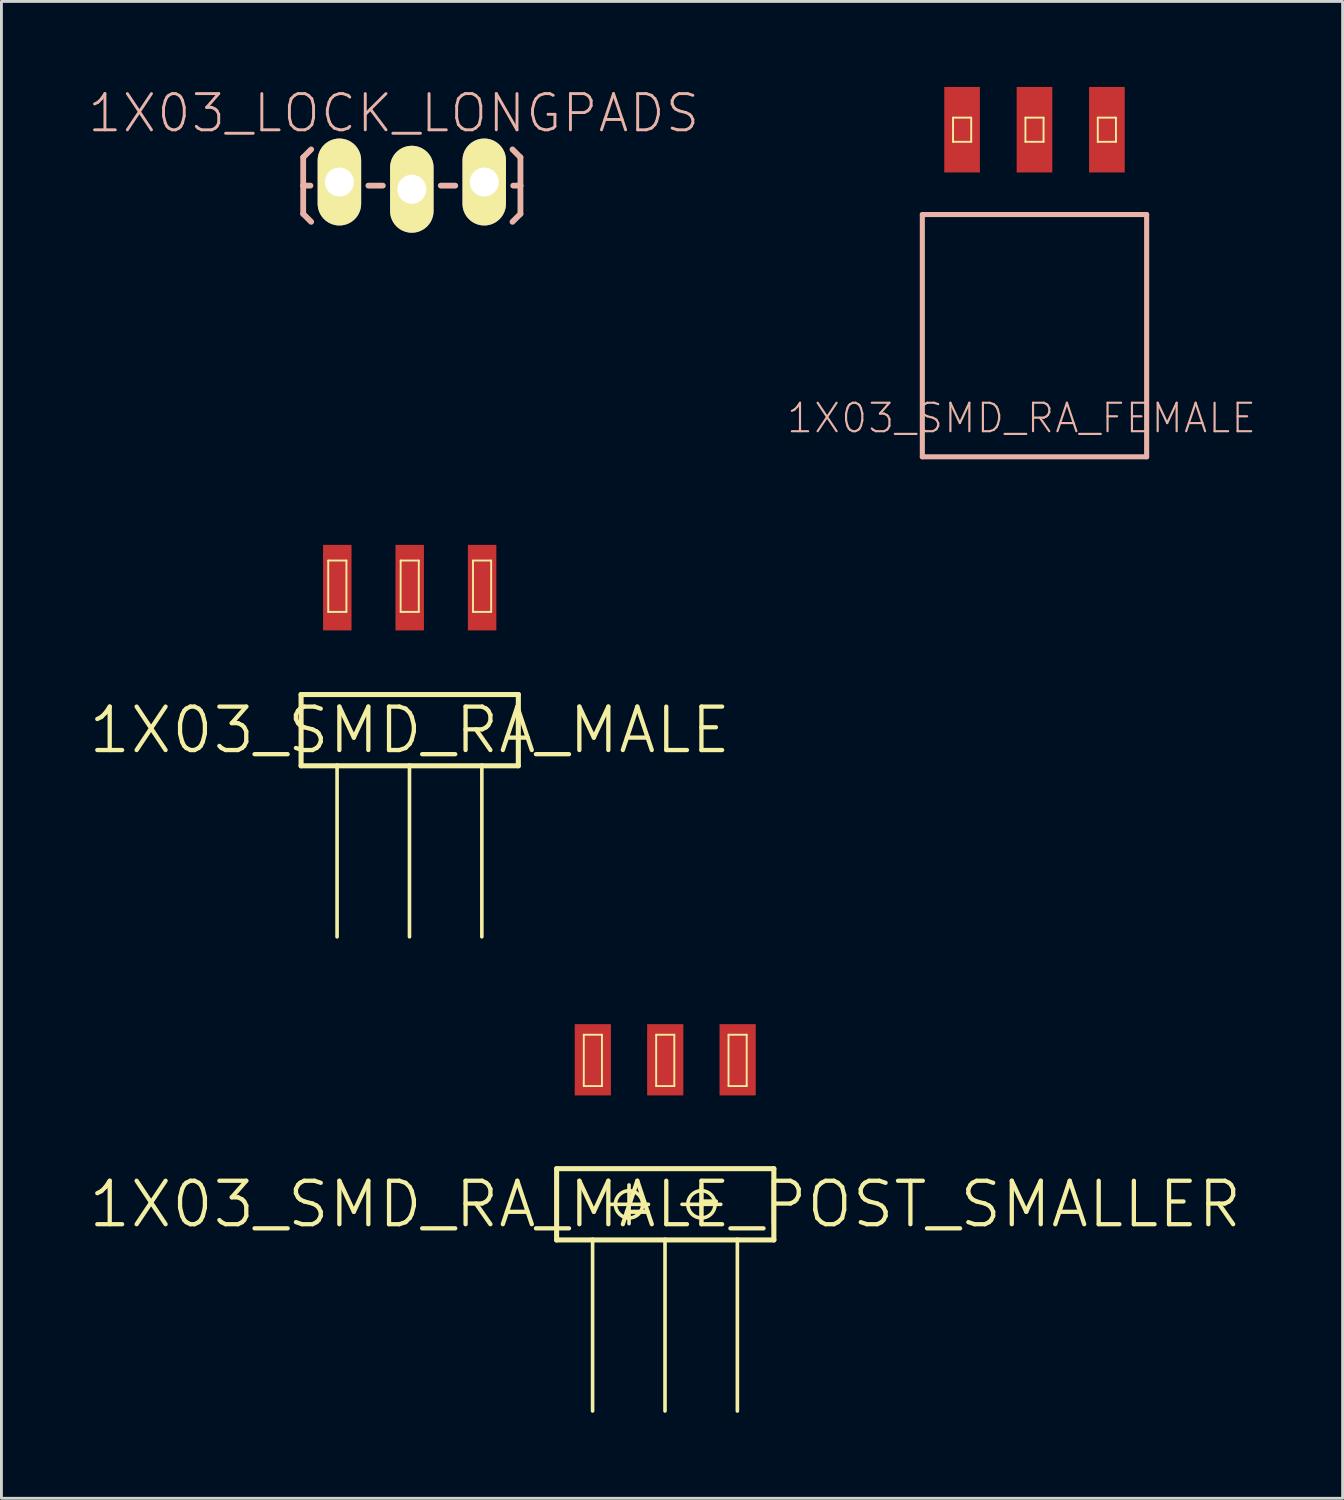
<source format=kicad_pcb>
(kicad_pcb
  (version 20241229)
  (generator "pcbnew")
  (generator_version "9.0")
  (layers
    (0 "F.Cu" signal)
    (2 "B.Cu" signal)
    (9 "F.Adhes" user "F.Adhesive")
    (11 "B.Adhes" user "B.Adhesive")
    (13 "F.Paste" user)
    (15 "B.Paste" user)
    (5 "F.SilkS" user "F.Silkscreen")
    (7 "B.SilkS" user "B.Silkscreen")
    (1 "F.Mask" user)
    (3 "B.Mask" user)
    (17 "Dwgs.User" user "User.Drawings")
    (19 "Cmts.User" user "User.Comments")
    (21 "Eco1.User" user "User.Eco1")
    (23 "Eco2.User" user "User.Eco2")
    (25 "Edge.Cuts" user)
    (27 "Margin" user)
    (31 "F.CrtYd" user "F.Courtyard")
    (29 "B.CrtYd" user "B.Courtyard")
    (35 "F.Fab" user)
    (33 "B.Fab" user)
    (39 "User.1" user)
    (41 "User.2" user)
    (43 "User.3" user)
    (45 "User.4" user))
  (footprint "1X03_SMD_RA_MALE_POST_SMALLER"
    (layer "F.Cu")
    (at 20.284 39.193)
    (property "Reference" "1X03_SMD_RA_MALE_POST_SMALLER" (at 0 0 0) (layer "F.SilkS") (effects (font (size 1.524 1.524) (thickness 0.15))))
    (attr smd)
    (fp_line (start -3.81 -1.25) (end -3.81 1.25) (stroke (width 0.178) (type solid)) (layer "F.SilkS"))
    (fp_line (start -2.857 -5.949) (end -2.22 -5.949) (stroke (width 0.066) (type solid)) (layer "F.SilkS"))
    (fp_line (start -2.857 -4.148) (end -2.857 -5.949) (stroke (width 0.066) (type solid)) (layer "F.SilkS"))
    (fp_line (start -2.857 -4.148) (end -2.22 -4.148) (stroke (width 0.066) (type solid)) (layer "F.SilkS"))
    (fp_line (start -2.548 1.25) (end -3.81 1.25) (stroke (width 0.178) (type solid)) (layer "F.SilkS"))
    (fp_line (start -2.548 1.25) (end -2.548 7.249) (stroke (width 0.127) (type solid)) (layer "F.SilkS"))
    (fp_line (start -2.22 -4.148) (end -2.22 -5.949) (stroke (width 0.066) (type solid)) (layer "F.SilkS"))
    (fp_line (start -1.948 0) (end -0.589 0) (stroke (width 0.127) (type solid)) (layer "F.SilkS"))
    (fp_line (start -1.27 0.678) (end -1.27 -0.678) (stroke (width 0.127) (type solid)) (layer "F.SilkS"))
    (fp_line (start -0.318 -5.949) (end 0.318 -5.949) (stroke (width 0.066) (type solid)) (layer "F.SilkS"))
    (fp_line (start -0.318 -4.148) (end -0.318 -5.949) (stroke (width 0.066) (type solid)) (layer "F.SilkS"))
    (fp_line (start -0.318 -4.148) (end 0.318 -4.148) (stroke (width 0.066) (type solid)) (layer "F.SilkS"))
    (fp_line (start -0.008 1.25) (end -2.548 1.25) (stroke (width 0.178) (type solid)) (layer "F.SilkS"))
    (fp_line (start -0.008 1.25) (end -0.008 7.249) (stroke (width 0.127) (type solid)) (layer "F.SilkS"))
    (fp_line (start 0.318 -4.148) (end 0.318 -5.949) (stroke (width 0.066) (type solid)) (layer "F.SilkS"))
    (fp_line (start 0.589 0) (end 1.948 0) (stroke (width 0.127) (type solid)) (layer "F.SilkS"))
    (fp_line (start 1.27 0.678) (end 1.27 -0.678) (stroke (width 0.127) (type solid)) (layer "F.SilkS"))
    (fp_line (start 2.22 -5.949) (end 2.857 -5.949) (stroke (width 0.066) (type solid)) (layer "F.SilkS"))
    (fp_line (start 2.22 -4.148) (end 2.22 -5.949) (stroke (width 0.066) (type solid)) (layer "F.SilkS"))
    (fp_line (start 2.22 -4.148) (end 2.857 -4.148) (stroke (width 0.066) (type solid)) (layer "F.SilkS"))
    (fp_line (start 2.53 1.25) (end -0.008 1.25) (stroke (width 0.178) (type solid)) (layer "F.SilkS"))
    (fp_line (start 2.53 1.25) (end 2.53 7.249) (stroke (width 0.127) (type solid)) (layer "F.SilkS"))
    (fp_line (start 2.857 -4.148) (end 2.857 -5.949) (stroke (width 0.066) (type solid)) (layer "F.SilkS"))
    (fp_line (start 3.81 -1.25) (end -3.81 -1.25) (stroke (width 0.178) (type solid)) (layer "F.SilkS"))
    (fp_line (start 3.81 1.25) (end 2.53 1.25) (stroke (width 0.178) (type solid)) (layer "F.SilkS"))
    (fp_line (start 3.81 1.25) (end 3.81 -1.25) (stroke (width 0.178) (type solid)) (layer "F.SilkS"))
    (fp_circle (center -1.27 0) (end -1.608 0.338) (stroke (width 0.127) (type solid)) (fill no) (layer "F.SilkS"))
    (fp_circle (center 1.27 0) (end 1.608 0.338) (stroke (width 0.127) (type solid)) (fill no) (layer "F.SilkS"))
    (pad "1" smd rect (at -2.54 -5.07 90) (size 2.499 1.27) (layers "F.Cu" "F.Mask" "F.Paste"))
    (pad "2" smd rect (at 0 -5.07 90) (size 2.499 1.27) (layers "F.Cu" "F.Mask" "F.Paste"))
    (pad "3" smd rect (at 2.54 -5.07 90) (size 2.499 1.27) (layers "F.Cu" "F.Mask" "F.Paste")))
  (footprint "1X03_SMD_RA_FEMALE"
    (layer "F.Cu")
    (at 33.236 8.724)
    (property "Reference" "1X03_SMD_RA_FEMALE" (at -0.455 2.893 0) (layer "B.SilkS") (effects (font (size 0.998 0.998) (thickness 0.076))))
    (attr smd)
    (fp_line (start -2.857 -7.648) (end -2.22 -7.648) (stroke (width 0.066) (type solid)) (layer "F.SilkS"))
    (fp_line (start -2.857 -6.8) (end -2.857 -7.648) (stroke (width 0.066) (type solid)) (layer "F.SilkS"))
    (fp_line (start -2.857 -6.8) (end -2.22 -6.8) (stroke (width 0.066) (type solid)) (layer "F.SilkS"))
    (fp_line (start -2.22 -6.8) (end -2.22 -7.648) (stroke (width 0.066) (type solid)) (layer "F.SilkS"))
    (fp_line (start -0.318 -7.648) (end 0.318 -7.648) (stroke (width 0.066) (type solid)) (layer "F.SilkS"))
    (fp_line (start -0.318 -6.8) (end -0.318 -7.648) (stroke (width 0.066) (type solid)) (layer "F.SilkS"))
    (fp_line (start -0.318 -6.8) (end 0.318 -6.8) (stroke (width 0.066) (type solid)) (layer "F.SilkS"))
    (fp_line (start 0.318 -6.8) (end 0.318 -7.648) (stroke (width 0.066) (type solid)) (layer "F.SilkS"))
    (fp_line (start 2.22 -7.648) (end 2.857 -7.648) (stroke (width 0.066) (type solid)) (layer "F.SilkS"))
    (fp_line (start 2.22 -6.8) (end 2.22 -7.648) (stroke (width 0.066) (type solid)) (layer "F.SilkS"))
    (fp_line (start 2.22 -6.8) (end 2.857 -6.8) (stroke (width 0.066) (type solid)) (layer "F.SilkS"))
    (fp_line (start 2.857 -6.8) (end 2.857 -7.648) (stroke (width 0.066) (type solid)) (layer "F.SilkS"))
    (fp_line (start -3.934 -4.249) (end -3.934 4.249) (stroke (width 0.178) (type solid)) (layer "B.SilkS"))
    (fp_line (start -3.934 4.249) (end 3.934 4.249) (stroke (width 0.178) (type solid)) (layer "B.SilkS"))
    (fp_line (start 3.934 -4.249) (end -3.934 -4.249) (stroke (width 0.178) (type solid)) (layer "B.SilkS"))
    (fp_line (start 3.934 4.249) (end 3.934 -4.249) (stroke (width 0.178) (type solid)) (layer "B.SilkS"))
    (pad "1" smd rect (at -2.54 -7.224 180) (size 1.25 3) (layers "F.Cu" "F.Mask" "F.Paste"))
    (pad "2" smd rect (at 0 -7.224 180) (size 1.25 3) (layers "F.Cu" "F.Mask" "F.Paste"))
    (pad "3" smd rect (at 2.54 -7.224 180) (size 1.25 3) (layers "F.Cu" "F.Mask" "F.Paste")))
  (footprint "1X03_SMD_RA_MALE"
    (layer "F.Cu")
    (at 11.321 22.561)
    (property "Reference" "1X03_SMD_RA_MALE" (at 0 0 0) (layer "F.SilkS") (effects (font (size 1.524 1.524) (thickness 0.15))))
    (attr smd)
    (fp_line (start -3.81 -1.25) (end -3.81 1.25) (stroke (width 0.178) (type solid)) (layer "F.SilkS"))
    (fp_line (start -2.857 -5.949) (end -2.22 -5.949) (stroke (width 0.066) (type solid)) (layer "F.SilkS"))
    (fp_line (start -2.857 -4.148) (end -2.857 -5.949) (stroke (width 0.066) (type solid)) (layer "F.SilkS"))
    (fp_line (start -2.857 -4.148) (end -2.22 -4.148) (stroke (width 0.066) (type solid)) (layer "F.SilkS"))
    (fp_line (start -2.548 1.25) (end -3.81 1.25) (stroke (width 0.178) (type solid)) (layer "F.SilkS"))
    (fp_line (start -2.548 1.25) (end -2.548 7.249) (stroke (width 0.127) (type solid)) (layer "F.SilkS"))
    (fp_line (start -2.22 -4.148) (end -2.22 -5.949) (stroke (width 0.066) (type solid)) (layer "F.SilkS"))
    (fp_line (start -0.318 -5.949) (end 0.318 -5.949) (stroke (width 0.066) (type solid)) (layer "F.SilkS"))
    (fp_line (start -0.318 -4.148) (end -0.318 -5.949) (stroke (width 0.066) (type solid)) (layer "F.SilkS"))
    (fp_line (start -0.318 -4.148) (end 0.318 -4.148) (stroke (width 0.066) (type solid)) (layer "F.SilkS"))
    (fp_line (start -0.008 1.25) (end -2.548 1.25) (stroke (width 0.178) (type solid)) (layer "F.SilkS"))
    (fp_line (start -0.008 1.25) (end -0.008 7.249) (stroke (width 0.127) (type solid)) (layer "F.SilkS"))
    (fp_line (start 0.318 -4.148) (end 0.318 -5.949) (stroke (width 0.066) (type solid)) (layer "F.SilkS"))
    (fp_line (start 2.22 -5.949) (end 2.857 -5.949) (stroke (width 0.066) (type solid)) (layer "F.SilkS"))
    (fp_line (start 2.22 -4.148) (end 2.22 -5.949) (stroke (width 0.066) (type solid)) (layer "F.SilkS"))
    (fp_line (start 2.22 -4.148) (end 2.857 -4.148) (stroke (width 0.066) (type solid)) (layer "F.SilkS"))
    (fp_line (start 2.53 1.25) (end -0.008 1.25) (stroke (width 0.178) (type solid)) (layer "F.SilkS"))
    (fp_line (start 2.53 1.25) (end 2.53 7.249) (stroke (width 0.127) (type solid)) (layer "F.SilkS"))
    (fp_line (start 2.857 -4.148) (end 2.857 -5.949) (stroke (width 0.066) (type solid)) (layer "F.SilkS"))
    (fp_line (start 3.81 -1.25) (end -3.81 -1.25) (stroke (width 0.178) (type solid)) (layer "F.SilkS"))
    (fp_line (start 3.81 1.25) (end 2.53 1.25) (stroke (width 0.178) (type solid)) (layer "F.SilkS"))
    (fp_line (start 3.81 1.25) (end 3.81 -1.25) (stroke (width 0.178) (type solid)) (layer "F.SilkS"))
    (pad "1" smd rect (at -2.54 -4.999 90) (size 3 0.998) (layers "F.Cu" "F.Mask" "F.Paste"))
    (pad "2" smd rect (at 0 -4.999 90) (size 3 0.998) (layers "F.Cu" "F.Mask" "F.Paste"))
    (pad "3" smd rect (at 2.54 -4.999 90) (size 3 0.998) (layers "F.Cu" "F.Mask" "F.Paste")))
  (footprint "1X03_LOCK_LONGPADS"
    (layer "F.Cu")
    (at 8.855 3.334)
    (property "Reference" "1X03_LOCK_LONGPADS" (at 1.905 -2.413 0) (layer "B.SilkS") (effects (font (size 1.27 1.27) (thickness 0.102))))
    (attr exclude_from_pos_files exclude_from_bom)
    (fp_line (start -0.292 -0.165) (end 0.292 -0.165) (stroke (width 0.066) (type solid)) (layer "F.SilkS"))
    (fp_line (start -0.292 0.419) (end -0.292 -0.165) (stroke (width 0.066) (type solid)) (layer "F.SilkS"))
    (fp_line (start -0.292 0.419) (end 0.292 0.419) (stroke (width 0.066) (type solid)) (layer "F.SilkS"))
    (fp_line (start 0.292 0.419) (end 0.292 -0.165) (stroke (width 0.066) (type solid)) (layer "F.SilkS"))
    (fp_line (start 2.248 -0.165) (end 2.832 -0.165) (stroke (width 0.066) (type solid)) (layer "F.SilkS"))
    (fp_line (start 2.248 0.419) (end 2.248 -0.165) (stroke (width 0.066) (type solid)) (layer "F.SilkS"))
    (fp_line (start 2.248 0.419) (end 2.832 0.419) (stroke (width 0.066) (type solid)) (layer "F.SilkS"))
    (fp_line (start 2.832 0.419) (end 2.832 -0.165) (stroke (width 0.066) (type solid)) (layer "F.SilkS"))
    (fp_line (start 4.788 -0.165) (end 5.372 -0.165) (stroke (width 0.066) (type solid)) (layer "F.SilkS"))
    (fp_line (start 4.788 0.419) (end 4.788 -0.165) (stroke (width 0.066) (type solid)) (layer "F.SilkS"))
    (fp_line (start 4.788 0.419) (end 5.372 0.419) (stroke (width 0.066) (type solid)) (layer "F.SilkS"))
    (fp_line (start 5.372 0.419) (end 5.372 -0.165) (stroke (width 0.066) (type solid)) (layer "F.SilkS"))
    (fp_line (start -1.27 -0.864) (end -0.991 -1.143) (stroke (width 0.203) (type solid)) (layer "B.SilkS"))
    (fp_line (start -1.27 0.127) (end -1.27 -0.864) (stroke (width 0.203) (type solid)) (layer "B.SilkS"))
    (fp_line (start -1.27 0.127) (end -1.27 1.118) (stroke (width 0.203) (type solid)) (layer "B.SilkS"))
    (fp_line (start -1.27 0.127) (end -1.016 0.127) (stroke (width 0.203) (type solid)) (layer "B.SilkS"))
    (fp_line (start -1.27 1.118) (end -0.991 1.397) (stroke (width 0.203) (type solid)) (layer "B.SilkS"))
    (fp_line (start 1.524 0.127) (end 1.016 0.127) (stroke (width 0.203) (type solid)) (layer "B.SilkS"))
    (fp_line (start 4.064 0.127) (end 3.556 0.127) (stroke (width 0.203) (type solid)) (layer "B.SilkS"))
    (fp_line (start 6.35 -0.864) (end 6.071 -1.143) (stroke (width 0.203) (type solid)) (layer "B.SilkS"))
    (fp_line (start 6.35 0.127) (end 6.096 0.127) (stroke (width 0.203) (type solid)) (layer "B.SilkS"))
    (fp_line (start 6.35 0.127) (end 6.35 -0.864) (stroke (width 0.203) (type solid)) (layer "B.SilkS"))
    (fp_line (start 6.35 0.127) (end 6.35 1.118) (stroke (width 0.203) (type solid)) (layer "B.SilkS"))
    (fp_line (start 6.35 1.118) (end 6.071 1.397) (stroke (width 0.203) (type solid)) (layer "B.SilkS"))
    (pad "1" thru_hole oval (at 0 0 180) (size 1.524 3.048) (drill 1.016) (layers "*.Cu" "F.Mask" "F.SilkS" "F.Paste"))
    (pad "2" thru_hole oval (at 2.54 0.254 180) (size 1.524 3.048) (drill 1.016) (layers "*.Cu" "F.Mask" "F.SilkS" "F.Paste"))
    (pad "3" thru_hole oval (at 5.08 0 180) (size 1.524 3.048) (drill 1.016) (layers "*.Cu" "F.Mask" "F.SilkS" "F.Paste")))
  (gr_rect
    (start -3 -3)
    (end 44.043 49.505)
    (stroke (width 0.1) (type default))
    (fill no)
    (layer "Edge.Cuts")))
</source>
